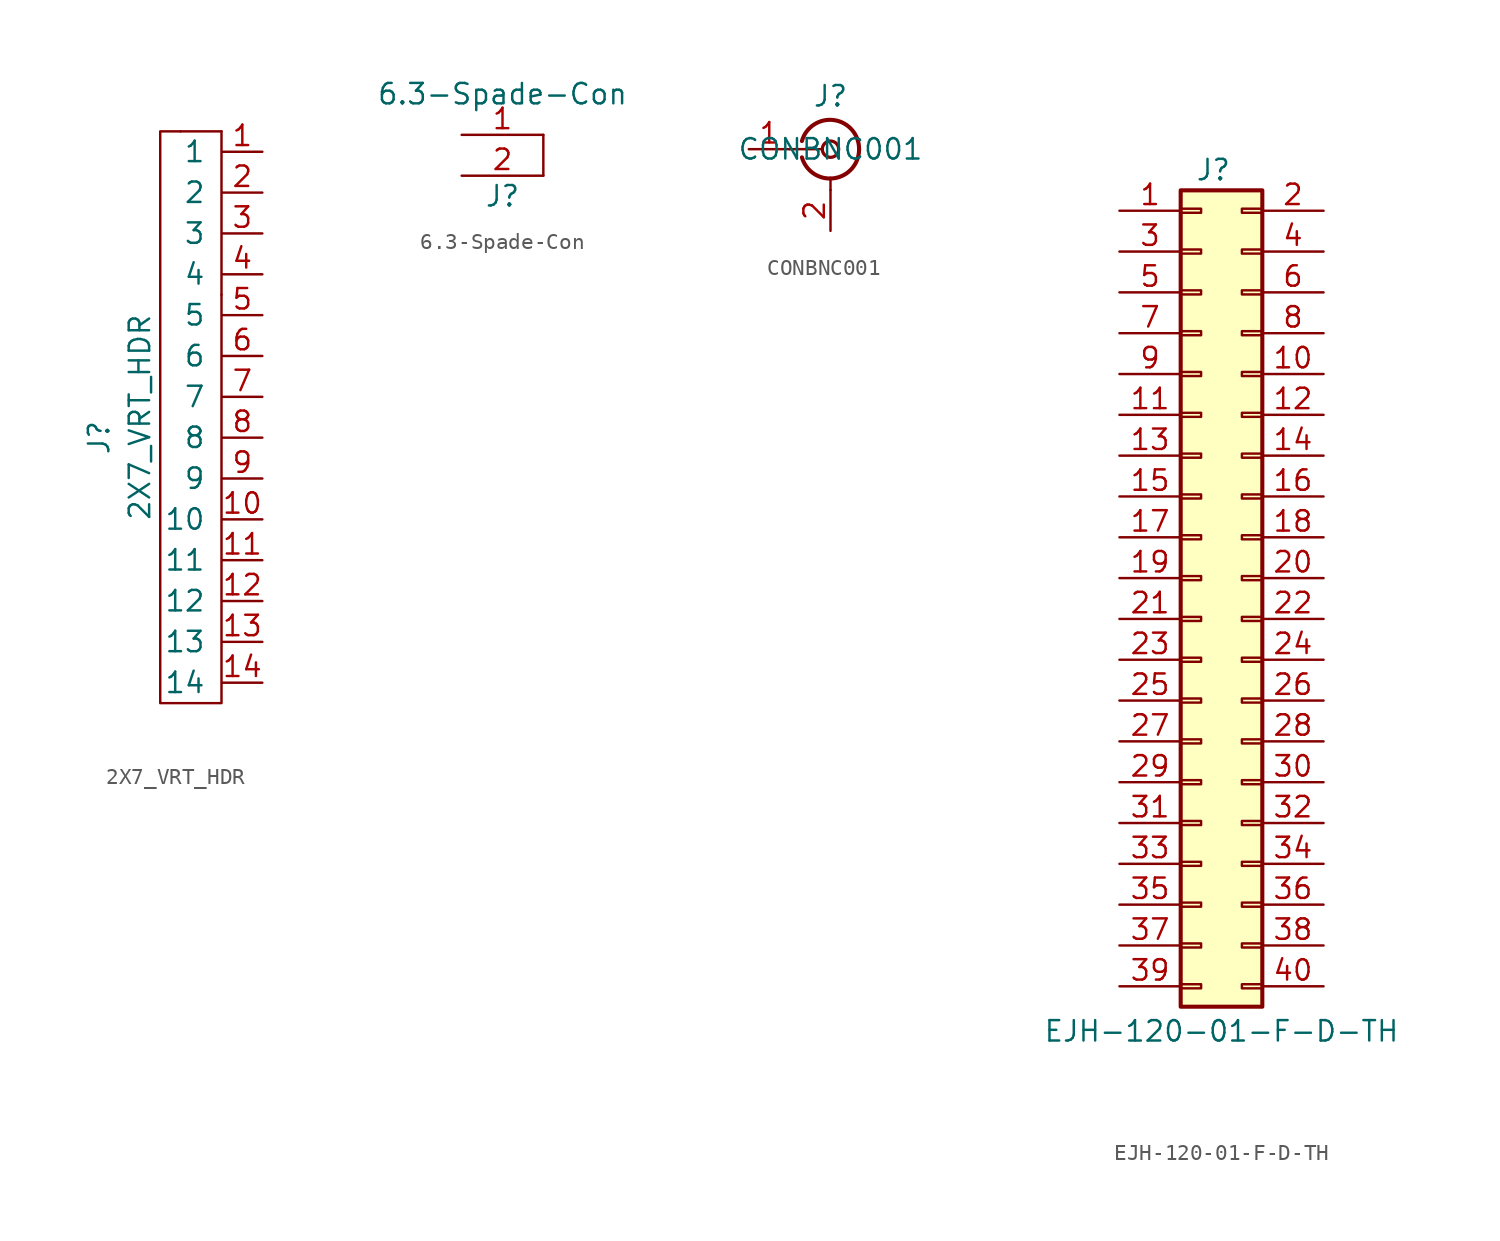
<source format=kicad_sym>
(kicad_symbol_lib
  (version 20241209)
  (generator "kicad_symbol_editor")
  (generator_version "9.0")
  (symbol "2X7_VRT_HDR"
    (pin_names
      (offset 1.016))
    (property "Reference" "J"
      (at -6.35 -17.78 90)
      (effects (font (size 1.27 1.27))))
    (property "Value" "2X7_VRT_HDR"
      (at -3.81 -16.51 90)
      (effects (font (size 1.27 1.27))))
    (symbol "2X7_VRT_HDR_0_1"
      (rectangle (start -1.27 1.27) (end 1.27 1.27) (stroke (width 0) (type default)) (fill (type none)))
      (rectangle (start 1.27 1.27) (end 1.27 -8.89) (stroke (width 0) (type default)) (fill (type none)))
      (polyline (pts (xy 1.27 -8.89) (xy 1.27 -34.29) (xy -2.54 -34.29) (xy -2.54 1.27) (xy -1.27 1.27)) (stroke (width 0) (type default)) (fill (type none))))
    (symbol "2X7_VRT_HDR_1_1"
      (pin passive line (at 3.81 0 180) (length 2.489) (name "1" (effects (font (size 1.27 1.27)))) (number "1" (effects (font (size 1.27 1.27)))))
      (pin passive line (at 3.81 -2.54 180) (length 2.489) (name "2" (effects (font (size 1.27 1.27)))) (number "2" (effects (font (size 1.27 1.27)))))
      (pin passive line (at 3.81 -5.08 180) (length 2.489) (name "3" (effects (font (size 1.27 1.27)))) (number "3" (effects (font (size 1.27 1.27)))))
      (pin passive line (at 3.81 -7.62 180) (length 2.489) (name "4" (effects (font (size 1.27 1.27)))) (number "4" (effects (font (size 1.27 1.27)))))
      (pin passive line (at 3.81 -10.16 180) (length 2.489) (name "5" (effects (font (size 1.27 1.27)))) (number "5" (effects (font (size 1.27 1.27)))))
      (pin passive line (at 3.81 -12.7 180) (length 2.489) (name "6" (effects (font (size 1.27 1.27)))) (number "6" (effects (font (size 1.27 1.27)))))
      (pin passive line (at 3.81 -15.24 180) (length 2.489) (name "7" (effects (font (size 1.27 1.27)))) (number "7" (effects (font (size 1.27 1.27)))))
      (pin passive line (at 3.81 -17.78 180) (length 2.489) (name "8" (effects (font (size 1.27 1.27)))) (number "8" (effects (font (size 1.27 1.27)))))
      (pin passive line (at 3.81 -20.32 180) (length 2.489) (name "9" (effects (font (size 1.27 1.27)))) (number "9" (effects (font (size 1.27 1.27)))))
      (pin passive line (at 3.81 -22.86 180) (length 2.489) (name "10" (effects (font (size 1.27 1.27)))) (number "10" (effects (font (size 1.27 1.27)))))
      (pin passive line (at 3.81 -25.4 180) (length 2.489) (name "11" (effects (font (size 1.27 1.27)))) (number "11" (effects (font (size 1.27 1.27)))))
      (pin passive line (at 3.81 -27.94 180) (length 2.489) (name "12" (effects (font (size 1.27 1.27)))) (number "12" (effects (font (size 1.27 1.27)))))
      (pin passive line (at 3.81 -30.48 180) (length 2.489) (name "13" (effects (font (size 1.27 1.27)))) (number "13" (effects (font (size 1.27 1.27)))))
      (pin passive line (at 3.81 -33.02 180) (length 2.489) (name "14" (effects (font (size 1.27 1.27)))) (number "14" (effects (font (size 1.27 1.27)))))))
  (symbol "6.3-Spade-Con"
    (pin_names
      (offset 1.016))
    (property "Reference" "J"
      (at -2.54 -3.81 0)
      (effects (font (size 1.27 1.27))))
    (property "Value" "6.3-Spade-Con"
      (at -2.54 2.54 0)
      (effects (font (size 1.27 1.27))))
    (symbol "6.3-Spade-Con_0_1"
      (polyline (pts (xy 0 0) (xy 0 -2.54)) (stroke (width 0) (type default)) (fill (type none))))
    (symbol "6.3-Spade-Con_1_1"
      (pin bidirectional line (at -5.08 0 0) (length 5.08) (name "~" (effects (font (size 1.27 1.27)))) (number "1" (effects (font (size 1.27 1.27)))))
      (pin bidirectional line (at -5.08 -2.54 0) (length 5.08) (name "~" (effects (font (size 1.27 1.27)))) (number "2" (effects (font (size 1.27 1.27)))))))
  (symbol "CONBNC001 "
    (property "Reference" "J"
      (at 0 3.302 0)
      (effects (font (size 1.27 1.27))))
    (property "Value" "CONBNC001"
      (at 0 0 0)
      (effects (font (size 1.27 1.27))))
    (symbol "CONBNC001 _0_1"
      (polyline (pts (xy -2.54 0) (xy -0.508 0)) (stroke (width 0) (type default)) (fill (type none)))
      (arc (start 1.778 0) (mid 0.222 -1.8079) (end -1.778 -0.508) (stroke (width 0.254) (type default)) (fill (type none)))
      (arc (start -1.778 0.508) (mid 0.2221 1.8084) (end 1.778 0) (stroke (width 0.254) (type default)) (fill (type none)))
      (circle (center 0 0) (radius 0.508) (stroke (width 0.203) (type default)) (fill (type none)))
      (polyline (pts (xy 0 -2.54) (xy 0 -1.778)) (stroke (width 0) (type default)) (fill (type none))))
    (symbol "CONBNC001 _1_1"
      (pin passive line (at -5.08 0 0) (length 2.54) (name "" (effects (font (size 1.27 1.27)))) (number "1" (effects (font (size 1.27 1.27)))))
      (pin passive line (at 0 -5.08 90) (length 2.54) (name "" (effects (font (size 1.27 1.27)))) (number "2" (effects (font (size 1.27 1.27)))))
      (pin passive line (at 0 -5.08 90) (length 2.54) (hide yes) (name "" (effects (font (size 1.27 1.27)))) (number "3" (effects (font (size 1.27 1.27)))))
      (pin passive line (at 0 -5.08 90) (length 2.54) (hide yes) (name "" (effects (font (size 1.27 1.27)))) (number "4" (effects (font (size 1.27 1.27)))))
      (pin passive line (at 0 -5.08 90) (length 2.54) (hide yes) (name "" (effects (font (size 1.27 1.27)))) (number "5" (effects (font (size 1.27 1.27)))))))
  (symbol "EJH-120-01-F-D-TH"
    (property "Reference" "J"
      (at 2.032 1.27 0)
      (effects (font (size 1.27 1.27))))
    (property "Value" "EJH-120-01-F-D-TH"
      (at 2.54 -52.324 0)
      (effects (font (size 1.27 1.27))))
    (symbol "EJH-120-01-F-D-TH_1_1"
      (rectangle (start 0 0) (end 5.08 -50.8) (stroke (width 0.254) (type default)) (fill (type background)))
      (rectangle (start 0 -1.143) (end 1.27 -1.397) (stroke (width 0.152) (type default)) (fill (type none)))
      (rectangle (start 0 -3.683) (end 1.27 -3.937) (stroke (width 0.152) (type default)) (fill (type none)))
      (rectangle (start 0 -6.223) (end 1.27 -6.477) (stroke (width 0.152) (type default)) (fill (type none)))
      (rectangle (start 0 -8.763) (end 1.27 -9.017) (stroke (width 0.152) (type default)) (fill (type none)))
      (rectangle (start 0 -11.303) (end 1.27 -11.557) (stroke (width 0.152) (type default)) (fill (type none)))
      (rectangle (start 0 -13.843) (end 1.27 -14.097) (stroke (width 0.152) (type default)) (fill (type none)))
      (rectangle (start 0 -16.383) (end 1.27 -16.637) (stroke (width 0.152) (type default)) (fill (type none)))
      (rectangle (start 0 -18.923) (end 1.27 -19.177) (stroke (width 0.152) (type default)) (fill (type none)))
      (rectangle (start 0 -21.463) (end 1.27 -21.717) (stroke (width 0.152) (type default)) (fill (type none)))
      (rectangle (start 0 -24.003) (end 1.27 -24.257) (stroke (width 0.152) (type default)) (fill (type none)))
      (rectangle (start 0 -26.543) (end 1.27 -26.797) (stroke (width 0.152) (type default)) (fill (type none)))
      (rectangle (start 0 -29.083) (end 1.27 -29.337) (stroke (width 0.152) (type default)) (fill (type none)))
      (rectangle (start 0 -31.623) (end 1.27 -31.877) (stroke (width 0.152) (type default)) (fill (type none)))
      (rectangle (start 0 -34.163) (end 1.27 -34.417) (stroke (width 0.152) (type default)) (fill (type none)))
      (rectangle (start 0 -36.703) (end 1.27 -36.957) (stroke (width 0.152) (type default)) (fill (type none)))
      (rectangle (start 0 -39.243) (end 1.27 -39.497) (stroke (width 0.152) (type default)) (fill (type none)))
      (rectangle (start 0 -41.783) (end 1.27 -42.037) (stroke (width 0.152) (type default)) (fill (type none)))
      (rectangle (start 0 -44.323) (end 1.27 -44.577) (stroke (width 0.152) (type default)) (fill (type none)))
      (rectangle (start 0 -46.863) (end 1.27 -47.117) (stroke (width 0.152) (type default)) (fill (type none)))
      (rectangle (start 0 -49.403) (end 1.27 -49.657) (stroke (width 0.152) (type default)) (fill (type none)))
      (rectangle (start 5.08 -1.143) (end 3.81 -1.397) (stroke (width 0.152) (type default)) (fill (type none)))
      (rectangle (start 5.08 -3.683) (end 3.81 -3.937) (stroke (width 0.152) (type default)) (fill (type none)))
      (rectangle (start 5.08 -6.223) (end 3.81 -6.477) (stroke (width 0.152) (type default)) (fill (type none)))
      (rectangle (start 5.08 -8.763) (end 3.81 -9.017) (stroke (width 0.152) (type default)) (fill (type none)))
      (rectangle (start 5.08 -11.303) (end 3.81 -11.557) (stroke (width 0.152) (type default)) (fill (type none)))
      (rectangle (start 5.08 -13.843) (end 3.81 -14.097) (stroke (width 0.152) (type default)) (fill (type none)))
      (rectangle (start 5.08 -16.383) (end 3.81 -16.637) (stroke (width 0.152) (type default)) (fill (type none)))
      (rectangle (start 5.08 -18.923) (end 3.81 -19.177) (stroke (width 0.152) (type default)) (fill (type none)))
      (rectangle (start 5.08 -21.463) (end 3.81 -21.717) (stroke (width 0.152) (type default)) (fill (type none)))
      (rectangle (start 5.08 -24.003) (end 3.81 -24.257) (stroke (width 0.152) (type default)) (fill (type none)))
      (rectangle (start 5.08 -26.543) (end 3.81 -26.797) (stroke (width 0.152) (type default)) (fill (type none)))
      (rectangle (start 5.08 -29.083) (end 3.81 -29.337) (stroke (width 0.152) (type default)) (fill (type none)))
      (rectangle (start 5.08 -31.623) (end 3.81 -31.877) (stroke (width 0.152) (type default)) (fill (type none)))
      (rectangle (start 5.08 -34.163) (end 3.81 -34.417) (stroke (width 0.152) (type default)) (fill (type none)))
      (rectangle (start 5.08 -36.703) (end 3.81 -36.957) (stroke (width 0.152) (type default)) (fill (type none)))
      (rectangle (start 5.08 -39.243) (end 3.81 -39.497) (stroke (width 0.152) (type default)) (fill (type none)))
      (rectangle (start 5.08 -41.783) (end 3.81 -42.037) (stroke (width 0.152) (type default)) (fill (type none)))
      (rectangle (start 5.08 -44.323) (end 3.81 -44.577) (stroke (width 0.152) (type default)) (fill (type none)))
      (rectangle (start 5.08 -46.863) (end 3.81 -47.117) (stroke (width 0.152) (type default)) (fill (type none)))
      (rectangle (start 5.08 -49.403) (end 3.81 -49.657) (stroke (width 0.152) (type default)) (fill (type none)))
      (pin passive line (at -3.81 -1.27 0) (length 3.81) (name "" (effects (font (size 1.27 1.27)))) (number "1" (effects (font (size 1.27 1.27)))))
      (pin passive line (at -3.81 -3.81 0) (length 3.81) (name "" (effects (font (size 1.27 1.27)))) (number "3" (effects (font (size 1.27 1.27)))))
      (pin passive line (at -3.81 -6.35 0) (length 3.81) (name "" (effects (font (size 1.27 1.27)))) (number "5" (effects (font (size 1.27 1.27)))))
      (pin passive line (at -3.81 -8.89 0) (length 3.81) (name "" (effects (font (size 1.27 1.27)))) (number "7" (effects (font (size 1.27 1.27)))))
      (pin passive line (at -3.81 -11.43 0) (length 3.81) (name "" (effects (font (size 1.27 1.27)))) (number "9" (effects (font (size 1.27 1.27)))))
      (pin passive line (at -3.81 -13.97 0) (length 3.81) (name "" (effects (font (size 1.27 1.27)))) (number "11" (effects (font (size 1.27 1.27)))))
      (pin passive line (at -3.81 -16.51 0) (length 3.81) (name "" (effects (font (size 1.27 1.27)))) (number "13" (effects (font (size 1.27 1.27)))))
      (pin passive line (at -3.81 -19.05 0) (length 3.81) (name "" (effects (font (size 1.27 1.27)))) (number "15" (effects (font (size 1.27 1.27)))))
      (pin passive line (at -3.81 -21.59 0) (length 3.81) (name "" (effects (font (size 1.27 1.27)))) (number "17" (effects (font (size 1.27 1.27)))))
      (pin passive line (at -3.81 -24.13 0) (length 3.81) (name "" (effects (font (size 1.27 1.27)))) (number "19" (effects (font (size 1.27 1.27)))))
      (pin passive line (at -3.81 -26.67 0) (length 3.81) (name "" (effects (font (size 1.27 1.27)))) (number "21" (effects (font (size 1.27 1.27)))))
      (pin passive line (at -3.81 -29.21 0) (length 3.81) (name "" (effects (font (size 1.27 1.27)))) (number "23" (effects (font (size 1.27 1.27)))))
      (pin passive line (at -3.81 -31.75 0) (length 3.81) (name "" (effects (font (size 1.27 1.27)))) (number "25" (effects (font (size 1.27 1.27)))))
      (pin passive line (at -3.81 -34.29 0) (length 3.81) (name "" (effects (font (size 1.27 1.27)))) (number "27" (effects (font (size 1.27 1.27)))))
      (pin passive line (at -3.81 -36.83 0) (length 3.81) (name "" (effects (font (size 1.27 1.27)))) (number "29" (effects (font (size 1.27 1.27)))))
      (pin passive line (at -3.81 -39.37 0) (length 3.81) (name "" (effects (font (size 1.27 1.27)))) (number "31" (effects (font (size 1.27 1.27)))))
      (pin passive line (at -3.81 -41.91 0) (length 3.81) (name "" (effects (font (size 1.27 1.27)))) (number "33" (effects (font (size 1.27 1.27)))))
      (pin passive line (at -3.81 -44.45 0) (length 3.81) (name "" (effects (font (size 1.27 1.27)))) (number "35" (effects (font (size 1.27 1.27)))))
      (pin passive line (at -3.81 -46.99 0) (length 3.81) (name "" (effects (font (size 1.27 1.27)))) (number "37" (effects (font (size 1.27 1.27)))))
      (pin passive line (at -3.81 -49.53 0) (length 3.81) (name "" (effects (font (size 1.27 1.27)))) (number "39" (effects (font (size 1.27 1.27)))))
      (pin passive line (at 8.89 -1.27 180) (length 3.81) (name "" (effects (font (size 1.27 1.27)))) (number "2" (effects (font (size 1.27 1.27)))))
      (pin passive line (at 8.89 -3.81 180) (length 3.81) (name "" (effects (font (size 1.27 1.27)))) (number "4" (effects (font (size 1.27 1.27)))))
      (pin passive line (at 8.89 -6.35 180) (length 3.81) (name "" (effects (font (size 1.27 1.27)))) (number "6" (effects (font (size 1.27 1.27)))))
      (pin passive line (at 8.89 -8.89 180) (length 3.81) (name "" (effects (font (size 1.27 1.27)))) (number "8" (effects (font (size 1.27 1.27)))))
      (pin passive line (at 8.89 -11.43 180) (length 3.81) (name "" (effects (font (size 1.27 1.27)))) (number "10" (effects (font (size 1.27 1.27)))))
      (pin passive line (at 8.89 -13.97 180) (length 3.81) (name "" (effects (font (size 1.27 1.27)))) (number "12" (effects (font (size 1.27 1.27)))))
      (pin passive line (at 8.89 -16.51 180) (length 3.81) (name "" (effects (font (size 1.27 1.27)))) (number "14" (effects (font (size 1.27 1.27)))))
      (pin passive line (at 8.89 -19.05 180) (length 3.81) (name "" (effects (font (size 1.27 1.27)))) (number "16" (effects (font (size 1.27 1.27)))))
      (pin passive line (at 8.89 -21.59 180) (length 3.81) (name "" (effects (font (size 1.27 1.27)))) (number "18" (effects (font (size 1.27 1.27)))))
      (pin passive line (at 8.89 -24.13 180) (length 3.81) (name "" (effects (font (size 1.27 1.27)))) (number "20" (effects (font (size 1.27 1.27)))))
      (pin passive line (at 8.89 -26.67 180) (length 3.81) (name "" (effects (font (size 1.27 1.27)))) (number "22" (effects (font (size 1.27 1.27)))))
      (pin passive line (at 8.89 -29.21 180) (length 3.81) (name "" (effects (font (size 1.27 1.27)))) (number "24" (effects (font (size 1.27 1.27)))))
      (pin passive line (at 8.89 -31.75 180) (length 3.81) (name "" (effects (font (size 1.27 1.27)))) (number "26" (effects (font (size 1.27 1.27)))))
      (pin passive line (at 8.89 -34.29 180) (length 3.81) (name "" (effects (font (size 1.27 1.27)))) (number "28" (effects (font (size 1.27 1.27)))))
      (pin passive line (at 8.89 -36.83 180) (length 3.81) (name "" (effects (font (size 1.27 1.27)))) (number "30" (effects (font (size 1.27 1.27)))))
      (pin passive line (at 8.89 -39.37 180) (length 3.81) (name "" (effects (font (size 1.27 1.27)))) (number "32" (effects (font (size 1.27 1.27)))))
      (pin passive line (at 8.89 -41.91 180) (length 3.81) (name "" (effects (font (size 1.27 1.27)))) (number "34" (effects (font (size 1.27 1.27)))))
      (pin passive line (at 8.89 -44.45 180) (length 3.81) (name "" (effects (font (size 1.27 1.27)))) (number "36" (effects (font (size 1.27 1.27)))))
      (pin passive line (at 8.89 -46.99 180) (length 3.81) (name "" (effects (font (size 1.27 1.27)))) (number "38" (effects (font (size 1.27 1.27)))))
      (pin passive line (at 8.89 -49.53 180) (length 3.81) (name "" (effects (font (size 1.27 1.27)))) (number "40" (effects (font (size 1.27 1.27))))))))
</source>
